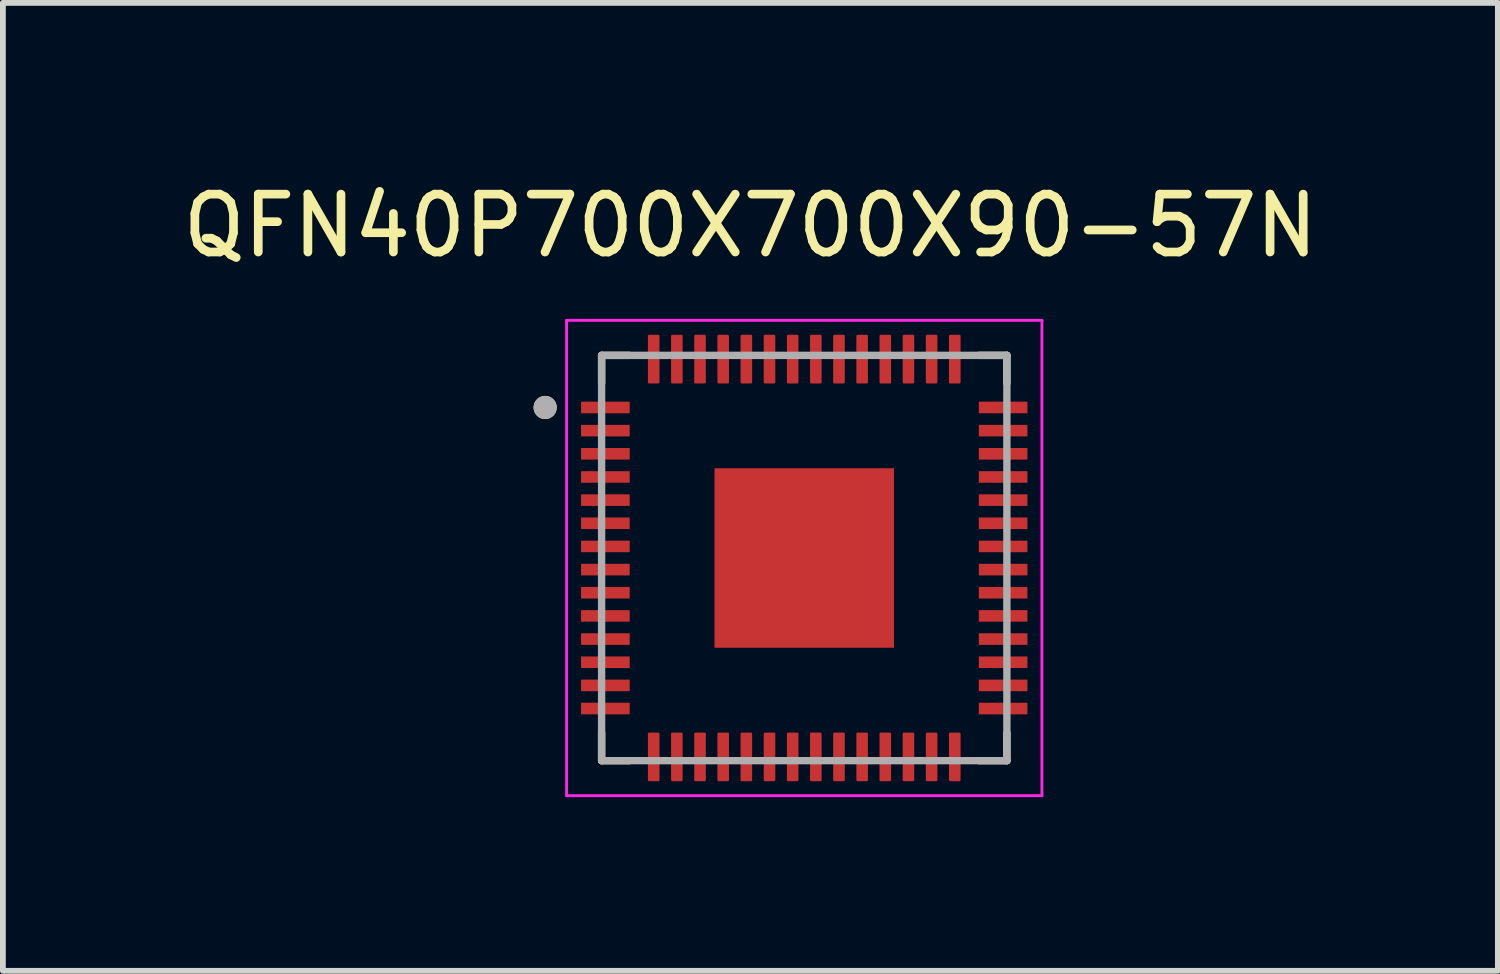
<source format=kicad_pcb>
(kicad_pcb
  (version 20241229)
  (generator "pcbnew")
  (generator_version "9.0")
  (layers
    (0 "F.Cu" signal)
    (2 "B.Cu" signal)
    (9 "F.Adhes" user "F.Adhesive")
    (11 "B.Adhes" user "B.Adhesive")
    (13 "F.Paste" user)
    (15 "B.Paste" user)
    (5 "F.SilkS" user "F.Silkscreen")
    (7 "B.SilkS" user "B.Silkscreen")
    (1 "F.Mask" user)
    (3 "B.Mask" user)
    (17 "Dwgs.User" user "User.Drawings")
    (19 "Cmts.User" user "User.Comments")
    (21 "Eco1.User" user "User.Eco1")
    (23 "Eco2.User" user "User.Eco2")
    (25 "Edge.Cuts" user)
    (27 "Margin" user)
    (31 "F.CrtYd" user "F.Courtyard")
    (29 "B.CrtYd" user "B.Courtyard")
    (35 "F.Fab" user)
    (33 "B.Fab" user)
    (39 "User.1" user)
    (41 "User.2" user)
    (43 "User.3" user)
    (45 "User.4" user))
  (footprint "QFN40P700X700X90-57N"
    (layer "F.Cu")
    (at 10.841 6.588)
    (property "Reference" "QFN40P700X700X90-57N" (at -0.93 -5.74 0) (layer "F.SilkS") (effects (font (size 1 1) (thickness 0.15))))
    (attr through_hole)
    (fp_line (start -3.5 -3.5) (end -3.5 -3.02) (stroke (width 0.127) (type solid)) (layer "F.SilkS"))
    (fp_line (start -3.5 -3.5) (end -3.02 -3.5) (stroke (width 0.127) (type solid)) (layer "F.SilkS"))
    (fp_line (start -3.5 3.5) (end -3.5 3.02) (stroke (width 0.127) (type solid)) (layer "F.SilkS"))
    (fp_line (start -3.5 3.5) (end -3.02 3.5) (stroke (width 0.127) (type solid)) (layer "F.SilkS"))
    (fp_line (start 3.5 -3.5) (end 3.02 -3.5) (stroke (width 0.127) (type solid)) (layer "F.SilkS"))
    (fp_line (start 3.5 -3.5) (end 3.5 -3.02) (stroke (width 0.127) (type solid)) (layer "F.SilkS"))
    (fp_line (start 3.5 3.5) (end 3.02 3.5) (stroke (width 0.127) (type solid)) (layer "F.SilkS"))
    (fp_line (start 3.5 3.5) (end 3.5 3.02) (stroke (width 0.127) (type solid)) (layer "F.SilkS"))
    (fp_circle (center -4.475 -2.6) (end -4.375 -2.6) (stroke (width 0.2) (type solid)) (fill no) (layer "F.SilkS"))
    (fp_poly (pts (xy -0.98 -0.98) (xy 0.98 -0.98) (xy 0.98 0.98) (xy -0.98 0.98)) (stroke (width 0.01) (type solid)) (fill yes) (layer "F.Paste"))
    (fp_line (start -4.105 -4.105) (end 4.105 -4.105) (stroke (width 0.05) (type solid)) (layer "F.CrtYd"))
    (fp_line (start -4.105 4.105) (end -4.105 -4.105) (stroke (width 0.05) (type solid)) (layer "F.CrtYd"))
    (fp_line (start -4.105 4.105) (end 4.105 4.105) (stroke (width 0.05) (type solid)) (layer "F.CrtYd"))
    (fp_line (start 4.105 4.105) (end 4.105 -4.105) (stroke (width 0.05) (type solid)) (layer "F.CrtYd"))
    (fp_line (start -3.5 3.5) (end -3.5 -3.5) (stroke (width 0.127) (type solid)) (layer "F.Fab"))
    (fp_line (start 3.5 -3.5) (end -3.5 -3.5) (stroke (width 0.127) (type solid)) (layer "F.Fab"))
    (fp_line (start 3.5 3.5) (end -3.5 3.5) (stroke (width 0.127) (type solid)) (layer "F.Fab"))
    (fp_line (start 3.5 3.5) (end 3.5 -3.5) (stroke (width 0.127) (type solid)) (layer "F.Fab"))
    (fp_circle (center -4.475 -2.6) (end -4.375 -2.6) (stroke (width 0.2) (type solid)) (fill no) (layer "F.Fab"))
    (pad "1" smd roundrect (at -3.435 -2.6) (size 0.84 0.2) (layers "F.Cu" "F.Mask" "F.Paste") (roundrect_rratio 0.03))
    (pad "2" smd roundrect (at -3.435 -2.2) (size 0.84 0.2) (layers "F.Cu" "F.Mask" "F.Paste") (roundrect_rratio 0.03))
    (pad "3" smd roundrect (at -3.435 -1.8) (size 0.84 0.2) (layers "F.Cu" "F.Mask" "F.Paste") (roundrect_rratio 0.03))
    (pad "4" smd roundrect (at -3.435 -1.4) (size 0.84 0.2) (layers "F.Cu" "F.Mask" "F.Paste") (roundrect_rratio 0.03))
    (pad "5" smd roundrect (at -3.435 -1) (size 0.84 0.2) (layers "F.Cu" "F.Mask" "F.Paste") (roundrect_rratio 0.03))
    (pad "6" smd roundrect (at -3.435 -0.6) (size 0.84 0.2) (layers "F.Cu" "F.Mask" "F.Paste") (roundrect_rratio 0.03))
    (pad "7" smd roundrect (at -3.435 -0.2) (size 0.84 0.2) (layers "F.Cu" "F.Mask" "F.Paste") (roundrect_rratio 0.03))
    (pad "8" smd roundrect (at -3.435 0.2) (size 0.84 0.2) (layers "F.Cu" "F.Mask" "F.Paste") (roundrect_rratio 0.03))
    (pad "9" smd roundrect (at -3.435 0.6) (size 0.84 0.2) (layers "F.Cu" "F.Mask" "F.Paste") (roundrect_rratio 0.03))
    (pad "10" smd roundrect (at -3.435 1) (size 0.84 0.2) (layers "F.Cu" "F.Mask" "F.Paste") (roundrect_rratio 0.03))
    (pad "11" smd roundrect (at -3.435 1.4) (size 0.84 0.2) (layers "F.Cu" "F.Mask" "F.Paste") (roundrect_rratio 0.03))
    (pad "12" smd roundrect (at -3.435 1.8) (size 0.84 0.2) (layers "F.Cu" "F.Mask" "F.Paste") (roundrect_rratio 0.03))
    (pad "13" smd roundrect (at -3.435 2.2) (size 0.84 0.2) (layers "F.Cu" "F.Mask" "F.Paste") (roundrect_rratio 0.03))
    (pad "14" smd roundrect (at -3.435 2.6) (size 0.84 0.2) (layers "F.Cu" "F.Mask" "F.Paste") (roundrect_rratio 0.03))
    (pad "15" smd roundrect (at -2.6 3.435) (size 0.2 0.84) (layers "F.Cu" "F.Mask" "F.Paste") (roundrect_rratio 0.1))
    (pad "16" smd roundrect (at -2.2 3.435) (size 0.2 0.84) (layers "F.Cu" "F.Mask" "F.Paste") (roundrect_rratio 0.1))
    (pad "17" smd roundrect (at -1.8 3.435) (size 0.2 0.84) (layers "F.Cu" "F.Mask" "F.Paste") (roundrect_rratio 0.1))
    (pad "18" smd roundrect (at -1.4 3.435) (size 0.2 0.84) (layers "F.Cu" "F.Mask" "F.Paste") (roundrect_rratio 0.1))
    (pad "19" smd roundrect (at -1 3.435) (size 0.2 0.84) (layers "F.Cu" "F.Mask" "F.Paste") (roundrect_rratio 0.1))
    (pad "20" smd roundrect (at -0.6 3.435) (size 0.2 0.84) (layers "F.Cu" "F.Mask" "F.Paste") (roundrect_rratio 0.1))
    (pad "21" smd roundrect (at -0.2 3.435) (size 0.2 0.84) (layers "F.Cu" "F.Mask" "F.Paste") (roundrect_rratio 0.1))
    (pad "22" smd roundrect (at 0.2 3.435) (size 0.2 0.84) (layers "F.Cu" "F.Mask" "F.Paste") (roundrect_rratio 0.1))
    (pad "23" smd roundrect (at 0.6 3.435) (size 0.2 0.84) (layers "F.Cu" "F.Mask" "F.Paste") (roundrect_rratio 0.1))
    (pad "24" smd roundrect (at 1 3.435) (size 0.2 0.84) (layers "F.Cu" "F.Mask" "F.Paste") (roundrect_rratio 0.1))
    (pad "25" smd roundrect (at 1.4 3.435) (size 0.2 0.84) (layers "F.Cu" "F.Mask" "F.Paste") (roundrect_rratio 0.1))
    (pad "26" smd roundrect (at 1.8 3.435) (size 0.2 0.84) (layers "F.Cu" "F.Mask" "F.Paste") (roundrect_rratio 0.1))
    (pad "27" smd roundrect (at 2.2 3.435) (size 0.2 0.84) (layers "F.Cu" "F.Mask" "F.Paste") (roundrect_rratio 0.1))
    (pad "28" smd roundrect (at 2.6 3.435) (size 0.2 0.84) (layers "F.Cu" "F.Mask" "F.Paste") (roundrect_rratio 0.1))
    (pad "29" smd roundrect (at 3.435 2.6) (size 0.84 0.2) (layers "F.Cu" "F.Mask" "F.Paste") (roundrect_rratio 0.03))
    (pad "30" smd roundrect (at 3.435 2.2) (size 0.84 0.2) (layers "F.Cu" "F.Mask" "F.Paste") (roundrect_rratio 0.03))
    (pad "31" smd roundrect (at 3.435 1.8) (size 0.84 0.2) (layers "F.Cu" "F.Mask" "F.Paste") (roundrect_rratio 0.03))
    (pad "32" smd roundrect (at 3.435 1.4) (size 0.84 0.2) (layers "F.Cu" "F.Mask" "F.Paste") (roundrect_rratio 0.03))
    (pad "33" smd roundrect (at 3.435 1) (size 0.84 0.2) (layers "F.Cu" "F.Mask" "F.Paste") (roundrect_rratio 0.03))
    (pad "34" smd roundrect (at 3.435 0.6) (size 0.84 0.2) (layers "F.Cu" "F.Mask" "F.Paste") (roundrect_rratio 0.03))
    (pad "35" smd roundrect (at 3.435 0.2) (size 0.84 0.2) (layers "F.Cu" "F.Mask" "F.Paste") (roundrect_rratio 0.03))
    (pad "36" smd roundrect (at 3.435 -0.2) (size 0.84 0.2) (layers "F.Cu" "F.Mask" "F.Paste") (roundrect_rratio 0.03))
    (pad "37" smd roundrect (at 3.435 -0.6) (size 0.84 0.2) (layers "F.Cu" "F.Mask" "F.Paste") (roundrect_rratio 0.03))
    (pad "38" smd roundrect (at 3.435 -1) (size 0.84 0.2) (layers "F.Cu" "F.Mask" "F.Paste") (roundrect_rratio 0.03))
    (pad "39" smd roundrect (at 3.435 -1.4) (size 0.84 0.2) (layers "F.Cu" "F.Mask" "F.Paste") (roundrect_rratio 0.03))
    (pad "40" smd roundrect (at 3.435 -1.8) (size 0.84 0.2) (layers "F.Cu" "F.Mask" "F.Paste") (roundrect_rratio 0.03))
    (pad "41" smd roundrect (at 3.435 -2.2) (size 0.84 0.2) (layers "F.Cu" "F.Mask" "F.Paste") (roundrect_rratio 0.03))
    (pad "42" smd roundrect (at 3.435 -2.6) (size 0.84 0.2) (layers "F.Cu" "F.Mask" "F.Paste") (roundrect_rratio 0.03))
    (pad "43" smd roundrect (at 2.6 -3.435) (size 0.2 0.84) (layers "F.Cu" "F.Mask" "F.Paste") (roundrect_rratio 0.1))
    (pad "44" smd roundrect (at 2.2 -3.435) (size 0.2 0.84) (layers "F.Cu" "F.Mask" "F.Paste") (roundrect_rratio 0.1))
    (pad "45" smd roundrect (at 1.8 -3.435) (size 0.2 0.84) (layers "F.Cu" "F.Mask" "F.Paste") (roundrect_rratio 0.1))
    (pad "46" smd roundrect (at 1.4 -3.435) (size 0.2 0.84) (layers "F.Cu" "F.Mask" "F.Paste") (roundrect_rratio 0.1))
    (pad "47" smd roundrect (at 1 -3.435) (size 0.2 0.84) (layers "F.Cu" "F.Mask" "F.Paste") (roundrect_rratio 0.1))
    (pad "48" smd roundrect (at 0.6 -3.435) (size 0.2 0.84) (layers "F.Cu" "F.Mask" "F.Paste") (roundrect_rratio 0.1))
    (pad "49" smd roundrect (at 0.2 -3.435) (size 0.2 0.84) (layers "F.Cu" "F.Mask" "F.Paste") (roundrect_rratio 0.1))
    (pad "50" smd roundrect (at -0.2 -3.435) (size 0.2 0.84) (layers "F.Cu" "F.Mask" "F.Paste") (roundrect_rratio 0.1))
    (pad "51" smd roundrect (at -0.6 -3.435) (size 0.2 0.84) (layers "F.Cu" "F.Mask" "F.Paste") (roundrect_rratio 0.1))
    (pad "52" smd roundrect (at -1 -3.435) (size 0.2 0.84) (layers "F.Cu" "F.Mask" "F.Paste") (roundrect_rratio 0.1))
    (pad "53" smd roundrect (at -1.4 -3.435) (size 0.2 0.84) (layers "F.Cu" "F.Mask" "F.Paste") (roundrect_rratio 0.1))
    (pad "54" smd roundrect (at -1.8 -3.435) (size 0.2 0.84) (layers "F.Cu" "F.Mask" "F.Paste") (roundrect_rratio 0.1))
    (pad "55" smd roundrect (at -2.2 -3.435) (size 0.2 0.84) (layers "F.Cu" "F.Mask" "F.Paste") (roundrect_rratio 0.1))
    (pad "56" smd roundrect (at -2.6 -3.435) (size 0.2 0.84) (layers "F.Cu" "F.Mask" "F.Paste") (roundrect_rratio 0.1))
    (pad "57" smd rect (at 0 0) (size 3.1 3.1) (layers "F.Cu" "F.Mask")))
  (gr_rect
    (start -3 -3)
    (end 22.821 13.718)
    (stroke (width 0.1) (type default))
    (fill no)
    (layer "Edge.Cuts")))
</source>
